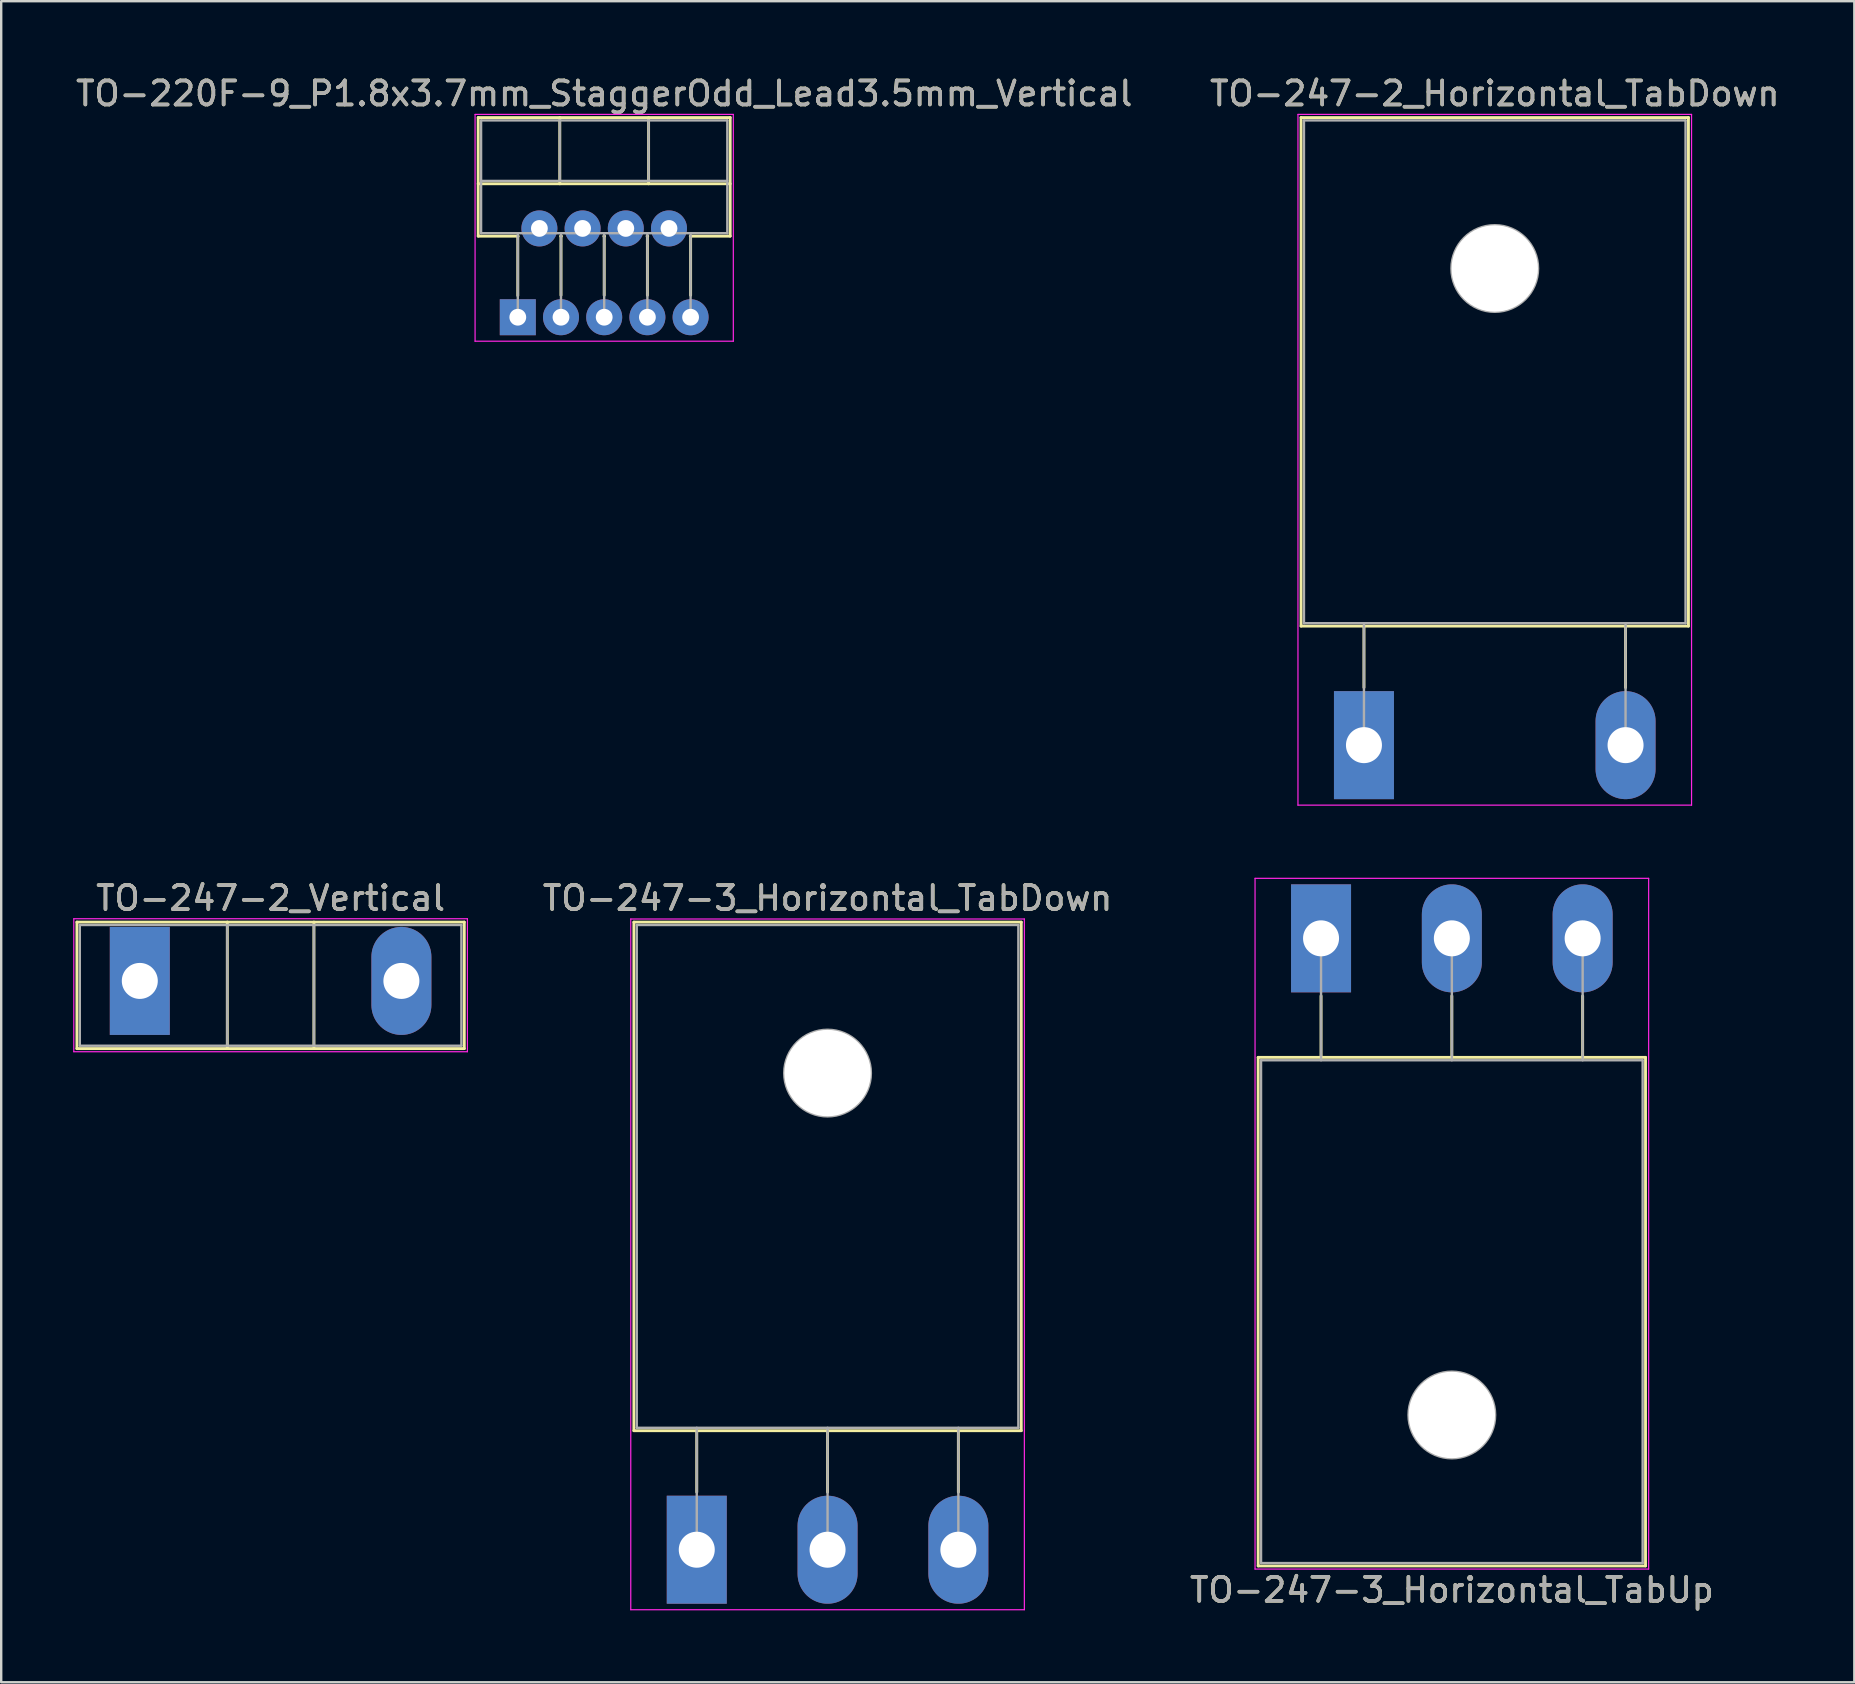
<source format=kicad_pcb>
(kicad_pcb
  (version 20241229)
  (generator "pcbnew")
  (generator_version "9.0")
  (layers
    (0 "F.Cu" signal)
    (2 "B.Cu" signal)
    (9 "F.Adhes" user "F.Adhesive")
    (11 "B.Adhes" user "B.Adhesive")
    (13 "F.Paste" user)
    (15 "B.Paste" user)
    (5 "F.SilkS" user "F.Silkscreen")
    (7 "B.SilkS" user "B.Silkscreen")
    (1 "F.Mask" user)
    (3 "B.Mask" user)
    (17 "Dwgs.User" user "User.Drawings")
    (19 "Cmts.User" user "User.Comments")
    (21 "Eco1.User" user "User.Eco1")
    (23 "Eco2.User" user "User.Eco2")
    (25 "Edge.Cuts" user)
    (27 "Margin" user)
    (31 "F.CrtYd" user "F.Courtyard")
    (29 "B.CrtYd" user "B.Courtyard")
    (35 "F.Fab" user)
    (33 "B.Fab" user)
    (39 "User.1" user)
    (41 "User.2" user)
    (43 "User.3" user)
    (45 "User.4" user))
  (footprint "TO-220F-9_P1.8x3.7mm_StaggerOdd_Lead3.5mm_Vertical"
    (layer "F.Cu")
    (at 18.525 10.168)
    (property "Reference" "TO-220F-9_P1.8x3.7mm_StaggerOdd_Lead3.5mm_Vertical" (at 3.6 -9.32 0) (layer "F.SilkS") (effects (font (size 1 1) (thickness 0.15))))
    (attr through_hole)
    (fp_line (start -1.65 -8.32) (end -1.65 -3.379) (stroke (width 0.12) (type solid)) (layer "F.SilkS"))
    (fp_line (start -1.65 -8.32) (end 8.85 -8.32) (stroke (width 0.12) (type solid)) (layer "F.SilkS"))
    (fp_line (start -1.65 -5.561) (end 8.85 -5.561) (stroke (width 0.12) (type solid)) (layer "F.SilkS"))
    (fp_line (start -1.65 -3.379) (end 0.014 -3.379) (stroke (width 0.12) (type solid)) (layer "F.SilkS"))
    (fp_line (start 0 -3.379) (end 0 -0.9) (stroke (width 0.12) (type solid)) (layer "F.SilkS"))
    (fp_line (start 1.75 -8.32) (end 1.75 -5.561) (stroke (width 0.12) (type solid)) (layer "F.SilkS"))
    (fp_line (start 1.787 -3.379) (end 1.814 -3.379) (stroke (width 0.12) (type solid)) (layer "F.SilkS"))
    (fp_line (start 1.8 -3.379) (end 1.8 -0.915) (stroke (width 0.12) (type solid)) (layer "F.SilkS"))
    (fp_line (start 3.587 -3.379) (end 3.614 -3.379) (stroke (width 0.12) (type solid)) (layer "F.SilkS"))
    (fp_line (start 3.6 -3.379) (end 3.6 -0.915) (stroke (width 0.12) (type solid)) (layer "F.SilkS"))
    (fp_line (start 5.387 -3.379) (end 5.414 -3.379) (stroke (width 0.12) (type solid)) (layer "F.SilkS"))
    (fp_line (start 5.4 -3.379) (end 5.4 -0.915) (stroke (width 0.12) (type solid)) (layer "F.SilkS"))
    (fp_line (start 5.45 -8.32) (end 5.45 -5.561) (stroke (width 0.12) (type solid)) (layer "F.SilkS"))
    (fp_line (start 7.187 -3.379) (end 8.85 -3.379) (stroke (width 0.12) (type solid)) (layer "F.SilkS"))
    (fp_line (start 7.201 -3.379) (end 7.201 -0.915) (stroke (width 0.12) (type solid)) (layer "F.SilkS"))
    (fp_line (start 8.85 -8.32) (end 8.85 -3.379) (stroke (width 0.12) (type solid)) (layer "F.SilkS"))
    (fp_line (start -1.78 -8.45) (end -1.78 1) (stroke (width 0.05) (type solid)) (layer "F.CrtYd"))
    (fp_line (start -1.78 1) (end 8.98 1) (stroke (width 0.05) (type solid)) (layer "F.CrtYd"))
    (fp_line (start 8.98 -8.45) (end -1.78 -8.45) (stroke (width 0.05) (type solid)) (layer "F.CrtYd"))
    (fp_line (start 8.98 1) (end 8.98 -8.45) (stroke (width 0.05) (type solid)) (layer "F.CrtYd"))
    (fp_line (start -1.53 -8.2) (end -1.53 -3.5) (stroke (width 0.1) (type solid)) (layer "F.Fab"))
    (fp_line (start -1.53 -5.68) (end 8.73 -5.68) (stroke (width 0.1) (type solid)) (layer "F.Fab"))
    (fp_line (start -1.53 -3.5) (end 8.73 -3.5) (stroke (width 0.1) (type solid)) (layer "F.Fab"))
    (fp_line (start 0 -3.5) (end 0 0) (stroke (width 0.1) (type solid)) (layer "F.Fab"))
    (fp_line (start 1.75 -8.2) (end 1.75 -5.68) (stroke (width 0.1) (type solid)) (layer "F.Fab"))
    (fp_line (start 1.8 -3.5) (end 1.8 0) (stroke (width 0.1) (type solid)) (layer "F.Fab"))
    (fp_line (start 3.6 -3.5) (end 3.6 0) (stroke (width 0.1) (type solid)) (layer "F.Fab"))
    (fp_line (start 5.4 -3.5) (end 5.4 0) (stroke (width 0.1) (type solid)) (layer "F.Fab"))
    (fp_line (start 5.45 -8.2) (end 5.45 -5.68) (stroke (width 0.1) (type solid)) (layer "F.Fab"))
    (fp_line (start 7.2 -3.5) (end 7.2 0) (stroke (width 0.1) (type solid)) (layer "F.Fab"))
    (fp_line (start 8.73 -8.2) (end -1.53 -8.2) (stroke (width 0.1) (type solid)) (layer "F.Fab"))
    (fp_line (start 8.73 -3.5) (end 8.73 -8.2) (stroke (width 0.1) (type solid)) (layer "F.Fab"))
    (fp_text user "${REFERENCE}" (at 3.6 -9.32 0) (layer "F.Fab") (effects (font (size 1 1) (thickness 0.15))))
    (pad "1" thru_hole rect (at 0 0) (size 1.5 1.5) (drill 0.7) (layers "*.Cu" "*.Mask"))
    (pad "2" thru_hole oval (at 0.9 -3.7) (size 1.5 1.5) (drill 0.7) (layers "*.Cu" "*.Mask"))
    (pad "3" thru_hole oval (at 1.8 0) (size 1.5 1.5) (drill 0.7) (layers "*.Cu" "*.Mask"))
    (pad "4" thru_hole oval (at 2.7 -3.7) (size 1.5 1.5) (drill 0.7) (layers "*.Cu" "*.Mask"))
    (pad "5" thru_hole oval (at 3.6 0) (size 1.5 1.5) (drill 0.7) (layers "*.Cu" "*.Mask"))
    (pad "6" thru_hole oval (at 4.5 -3.7) (size 1.5 1.5) (drill 0.7) (layers "*.Cu" "*.Mask"))
    (pad "7" thru_hole oval (at 5.4 0) (size 1.5 1.5) (drill 0.7) (layers "*.Cu" "*.Mask"))
    (pad "8" thru_hole oval (at 6.3 -3.7) (size 1.5 1.5) (drill 0.7) (layers "*.Cu" "*.Mask"))
    (pad "9" thru_hole oval (at 7.2 0) (size 1.5 1.5) (drill 0.7) (layers "*.Cu" "*.Mask")))
  (footprint "TO-247-3_Horizontal_TabUp"
    (layer "F.Cu")
    (at 51.994 36.048)
    (property "Reference" "TO-247-3_Horizontal_TabUp" (at 5.45 27.15 0) (layer "F.SilkS") (effects (font (size 1 1) (thickness 0.15))))
    (attr through_hole)
    (fp_line (start -2.62 4.96) (end -2.62 26.15) (stroke (width 0.12) (type solid)) (layer "F.SilkS"))
    (fp_line (start -2.62 4.96) (end 13.52 4.96) (stroke (width 0.12) (type solid)) (layer "F.SilkS"))
    (fp_line (start -2.62 26.15) (end 13.52 26.15) (stroke (width 0.12) (type solid)) (layer "F.SilkS"))
    (fp_line (start 0 2.4) (end 0 4.96) (stroke (width 0.12) (type solid)) (layer "F.SilkS"))
    (fp_line (start 5.45 2.4) (end 5.45 4.96) (stroke (width 0.12) (type solid)) (layer "F.SilkS"))
    (fp_line (start 10.9 2.4) (end 10.9 4.96) (stroke (width 0.12) (type solid)) (layer "F.SilkS"))
    (fp_line (start 13.52 4.96) (end 13.52 26.15) (stroke (width 0.12) (type solid)) (layer "F.SilkS"))
    (fp_line (start -2.75 -2.5) (end -2.75 26.28) (stroke (width 0.05) (type solid)) (layer "F.CrtYd"))
    (fp_line (start -2.75 26.28) (end 13.65 26.28) (stroke (width 0.05) (type solid)) (layer "F.CrtYd"))
    (fp_line (start 13.65 -2.5) (end -2.75 -2.5) (stroke (width 0.05) (type solid)) (layer "F.CrtYd"))
    (fp_line (start 13.65 26.28) (end 13.65 -2.5) (stroke (width 0.05) (type solid)) (layer "F.CrtYd"))
    (fp_line (start -2.5 5.08) (end -2.5 26.03) (stroke (width 0.1) (type solid)) (layer "F.Fab"))
    (fp_line (start -2.5 26.03) (end 13.4 26.03) (stroke (width 0.1) (type solid)) (layer "F.Fab"))
    (fp_line (start 0 5.08) (end 0 0) (stroke (width 0.1) (type solid)) (layer "F.Fab"))
    (fp_line (start 5.45 5.08) (end 5.45 0) (stroke (width 0.1) (type solid)) (layer "F.Fab"))
    (fp_line (start 10.9 5.08) (end 10.9 0) (stroke (width 0.1) (type solid)) (layer "F.Fab"))
    (fp_line (start 13.4 5.08) (end -2.5 5.08) (stroke (width 0.1) (type solid)) (layer "F.Fab"))
    (fp_line (start 13.4 26.03) (end 13.4 5.08) (stroke (width 0.1) (type solid)) (layer "F.Fab"))
    (fp_circle (center 5.45 19.86) (end 7.255 19.86) (stroke (width 0.1) (type solid)) (fill no) (layer "F.Fab"))
    (fp_text user "${REFERENCE}" (at 5.45 27.15 0) (layer "F.Fab") (effects (font (size 1 1) (thickness 0.15))))
    (pad "" np_thru_hole oval (at 5.45 19.86) (size 3.6 3.6) (drill 3.6) (layers "*.Cu" "*.Mask"))
    (pad "1" thru_hole rect (at 0 0) (size 2.5 4.5) (drill 1.5) (layers "*.Cu" "*.Mask"))
    (pad "2" thru_hole oval (at 5.45 0) (size 2.5 4.5) (drill 1.5) (layers "*.Cu" "*.Mask"))
    (pad "3" thru_hole oval (at 10.9 0) (size 2.5 4.5) (drill 1.5) (layers "*.Cu" "*.Mask")))
  (footprint "TO-247-3_Horizontal_TabDown"
    (layer "F.Cu")
    (at 25.982 61.522)
    (property "Reference" "TO-247-3_Horizontal_TabDown" (at 5.45 -27.15 0) (layer "F.SilkS") (effects (font (size 1 1) (thickness 0.15))))
    (attr through_hole)
    (fp_line (start -2.62 -26.15) (end -2.62 -4.96) (stroke (width 0.12) (type solid)) (layer "F.SilkS"))
    (fp_line (start -2.62 -26.15) (end 13.52 -26.15) (stroke (width 0.12) (type solid)) (layer "F.SilkS"))
    (fp_line (start -2.62 -4.96) (end 13.52 -4.96) (stroke (width 0.12) (type solid)) (layer "F.SilkS"))
    (fp_line (start 0 -4.96) (end 0 -2.4) (stroke (width 0.12) (type solid)) (layer "F.SilkS"))
    (fp_line (start 5.45 -4.96) (end 5.45 -2.4) (stroke (width 0.12) (type solid)) (layer "F.SilkS"))
    (fp_line (start 10.9 -4.96) (end 10.9 -2.4) (stroke (width 0.12) (type solid)) (layer "F.SilkS"))
    (fp_line (start 13.52 -26.15) (end 13.52 -4.96) (stroke (width 0.12) (type solid)) (layer "F.SilkS"))
    (fp_line (start -2.75 -26.28) (end -2.75 2.5) (stroke (width 0.05) (type solid)) (layer "F.CrtYd"))
    (fp_line (start -2.75 2.5) (end 13.65 2.5) (stroke (width 0.05) (type solid)) (layer "F.CrtYd"))
    (fp_line (start 13.65 -26.28) (end -2.75 -26.28) (stroke (width 0.05) (type solid)) (layer "F.CrtYd"))
    (fp_line (start 13.65 2.5) (end 13.65 -26.28) (stroke (width 0.05) (type solid)) (layer "F.CrtYd"))
    (fp_line (start -2.5 -26.03) (end 13.4 -26.03) (stroke (width 0.1) (type solid)) (layer "F.Fab"))
    (fp_line (start -2.5 -5.08) (end -2.5 -26.03) (stroke (width 0.1) (type solid)) (layer "F.Fab"))
    (fp_line (start 0 -5.08) (end 0 0) (stroke (width 0.1) (type solid)) (layer "F.Fab"))
    (fp_line (start 5.45 -5.08) (end 5.45 0) (stroke (width 0.1) (type solid)) (layer "F.Fab"))
    (fp_line (start 10.9 -5.08) (end 10.9 0) (stroke (width 0.1) (type solid)) (layer "F.Fab"))
    (fp_line (start 13.4 -26.03) (end 13.4 -5.08) (stroke (width 0.1) (type solid)) (layer "F.Fab"))
    (fp_line (start 13.4 -5.08) (end -2.5 -5.08) (stroke (width 0.1) (type solid)) (layer "F.Fab"))
    (fp_circle (center 5.45 -19.86) (end 7.255 -19.86) (stroke (width 0.1) (type solid)) (fill no) (layer "F.Fab"))
    (fp_text user "${REFERENCE}" (at 5.45 -27.15 0) (layer "F.Fab") (effects (font (size 1 1) (thickness 0.15))))
    (pad "" np_thru_hole oval (at 5.45 -19.86) (size 3.6 3.6) (drill 3.6) (layers "*.Cu" "*.Mask"))
    (pad "1" thru_hole rect (at 0 0) (size 2.5 4.5) (drill 1.5) (layers "*.Cu" "*.Mask"))
    (pad "2" thru_hole oval (at 5.45 0) (size 2.5 4.5) (drill 1.5) (layers "*.Cu" "*.Mask"))
    (pad "3" thru_hole oval (at 10.9 0) (size 2.5 4.5) (drill 1.5) (layers "*.Cu" "*.Mask")))
  (footprint "TO-247-2_Vertical"
    (layer "F.Cu")
    (at 2.775 37.822)
    (property "Reference" "TO-247-2_Vertical" (at 5.45 -3.45 0) (layer "F.SilkS") (effects (font (size 1 1) (thickness 0.15))))
    (attr through_hole)
    (fp_line (start -2.62 -2.451) (end -2.62 2.82) (stroke (width 0.12) (type solid)) (layer "F.SilkS"))
    (fp_line (start -2.62 -2.451) (end 13.52 -2.451) (stroke (width 0.12) (type solid)) (layer "F.SilkS"))
    (fp_line (start -2.62 2.82) (end 13.52 2.82) (stroke (width 0.12) (type solid)) (layer "F.SilkS"))
    (fp_line (start 3.646 -2.451) (end 3.646 2.82) (stroke (width 0.12) (type solid)) (layer "F.SilkS"))
    (fp_line (start 7.255 -2.451) (end 7.255 2.82) (stroke (width 0.12) (type solid)) (layer "F.SilkS"))
    (fp_line (start 13.52 -2.451) (end 13.52 2.82) (stroke (width 0.12) (type solid)) (layer "F.SilkS"))
    (fp_line (start -2.75 -2.59) (end -2.75 2.95) (stroke (width 0.05) (type solid)) (layer "F.CrtYd"))
    (fp_line (start -2.75 2.95) (end 13.65 2.95) (stroke (width 0.05) (type solid)) (layer "F.CrtYd"))
    (fp_line (start 13.65 -2.59) (end -2.75 -2.59) (stroke (width 0.05) (type solid)) (layer "F.CrtYd"))
    (fp_line (start 13.65 2.95) (end 13.65 -2.59) (stroke (width 0.05) (type solid)) (layer "F.CrtYd"))
    (fp_line (start -2.5 -2.33) (end -2.5 2.7) (stroke (width 0.1) (type solid)) (layer "F.Fab"))
    (fp_line (start -2.5 2.7) (end 13.4 2.7) (stroke (width 0.1) (type solid)) (layer "F.Fab"))
    (fp_line (start 3.645 -2.33) (end 3.645 2.7) (stroke (width 0.1) (type solid)) (layer "F.Fab"))
    (fp_line (start 7.255 -2.33) (end 7.255 2.7) (stroke (width 0.1) (type solid)) (layer "F.Fab"))
    (fp_line (start 13.4 -2.33) (end -2.5 -2.33) (stroke (width 0.1) (type solid)) (layer "F.Fab"))
    (fp_line (start 13.4 2.7) (end 13.4 -2.33) (stroke (width 0.1) (type solid)) (layer "F.Fab"))
    (fp_text user "${REFERENCE}" (at 5.45 -3.45 0) (layer "F.Fab") (effects (font (size 1 1) (thickness 0.15))))
    (pad "1" thru_hole rect (at 0 0) (size 2.5 4.5) (drill 1.5) (layers "*.Cu" "*.Mask"))
    (pad "2" thru_hole oval (at 10.9 0) (size 2.5 4.5) (drill 1.5) (layers "*.Cu" "*.Mask")))
  (footprint "TO-247-2_Horizontal_TabDown"
    (layer "F.Cu")
    (at 53.782 27.998)
    (property "Reference" "TO-247-2_Horizontal_TabDown" (at 5.45 -27.15 0) (layer "F.SilkS") (effects (font (size 1 1) (thickness 0.15))))
    (attr through_hole)
    (fp_line (start -2.62 -26.15) (end -2.62 -4.96) (stroke (width 0.12) (type solid)) (layer "F.SilkS"))
    (fp_line (start -2.62 -26.15) (end 13.52 -26.15) (stroke (width 0.12) (type solid)) (layer "F.SilkS"))
    (fp_line (start -2.62 -4.96) (end 13.52 -4.96) (stroke (width 0.12) (type solid)) (layer "F.SilkS"))
    (fp_line (start 0 -4.96) (end 0 -2.4) (stroke (width 0.12) (type solid)) (layer "F.SilkS"))
    (fp_line (start 10.9 -4.96) (end 10.9 -2.4) (stroke (width 0.12) (type solid)) (layer "F.SilkS"))
    (fp_line (start 13.52 -26.15) (end 13.52 -4.96) (stroke (width 0.12) (type solid)) (layer "F.SilkS"))
    (fp_line (start -2.75 -26.28) (end -2.75 2.5) (stroke (width 0.05) (type solid)) (layer "F.CrtYd"))
    (fp_line (start -2.75 2.5) (end 13.65 2.5) (stroke (width 0.05) (type solid)) (layer "F.CrtYd"))
    (fp_line (start 13.65 -26.28) (end -2.75 -26.28) (stroke (width 0.05) (type solid)) (layer "F.CrtYd"))
    (fp_line (start 13.65 2.5) (end 13.65 -26.28) (stroke (width 0.05) (type solid)) (layer "F.CrtYd"))
    (fp_line (start -2.5 -26.03) (end 13.4 -26.03) (stroke (width 0.1) (type solid)) (layer "F.Fab"))
    (fp_line (start -2.5 -5.08) (end -2.5 -26.03) (stroke (width 0.1) (type solid)) (layer "F.Fab"))
    (fp_line (start 0 -5.08) (end 0 0) (stroke (width 0.1) (type solid)) (layer "F.Fab"))
    (fp_line (start 10.9 -5.08) (end 10.9 0) (stroke (width 0.1) (type solid)) (layer "F.Fab"))
    (fp_line (start 13.4 -26.03) (end 13.4 -5.08) (stroke (width 0.1) (type solid)) (layer "F.Fab"))
    (fp_line (start 13.4 -5.08) (end -2.5 -5.08) (stroke (width 0.1) (type solid)) (layer "F.Fab"))
    (fp_circle (center 5.45 -19.86) (end 7.255 -19.86) (stroke (width 0.1) (type solid)) (fill no) (layer "F.Fab"))
    (fp_text user "${REFERENCE}" (at 5.45 -27.15 0) (layer "F.Fab") (effects (font (size 1 1) (thickness 0.15))))
    (pad "" np_thru_hole oval (at 5.45 -19.86) (size 3.6 3.6) (drill 3.6) (layers "*.Cu" "*.Mask"))
    (pad "1" thru_hole rect (at 0 0) (size 2.5 4.5) (drill 1.5) (layers "*.Cu" "*.Mask"))
    (pad "2" thru_hole oval (at 10.9 0) (size 2.5 4.5) (drill 1.5) (layers "*.Cu" "*.Mask")))
  (gr_rect
    (start -3 -3)
    (end 74.214 67.046)
    (stroke (width 0.1) (type default))
    (fill no)
    (layer "Edge.Cuts")))
</source>
